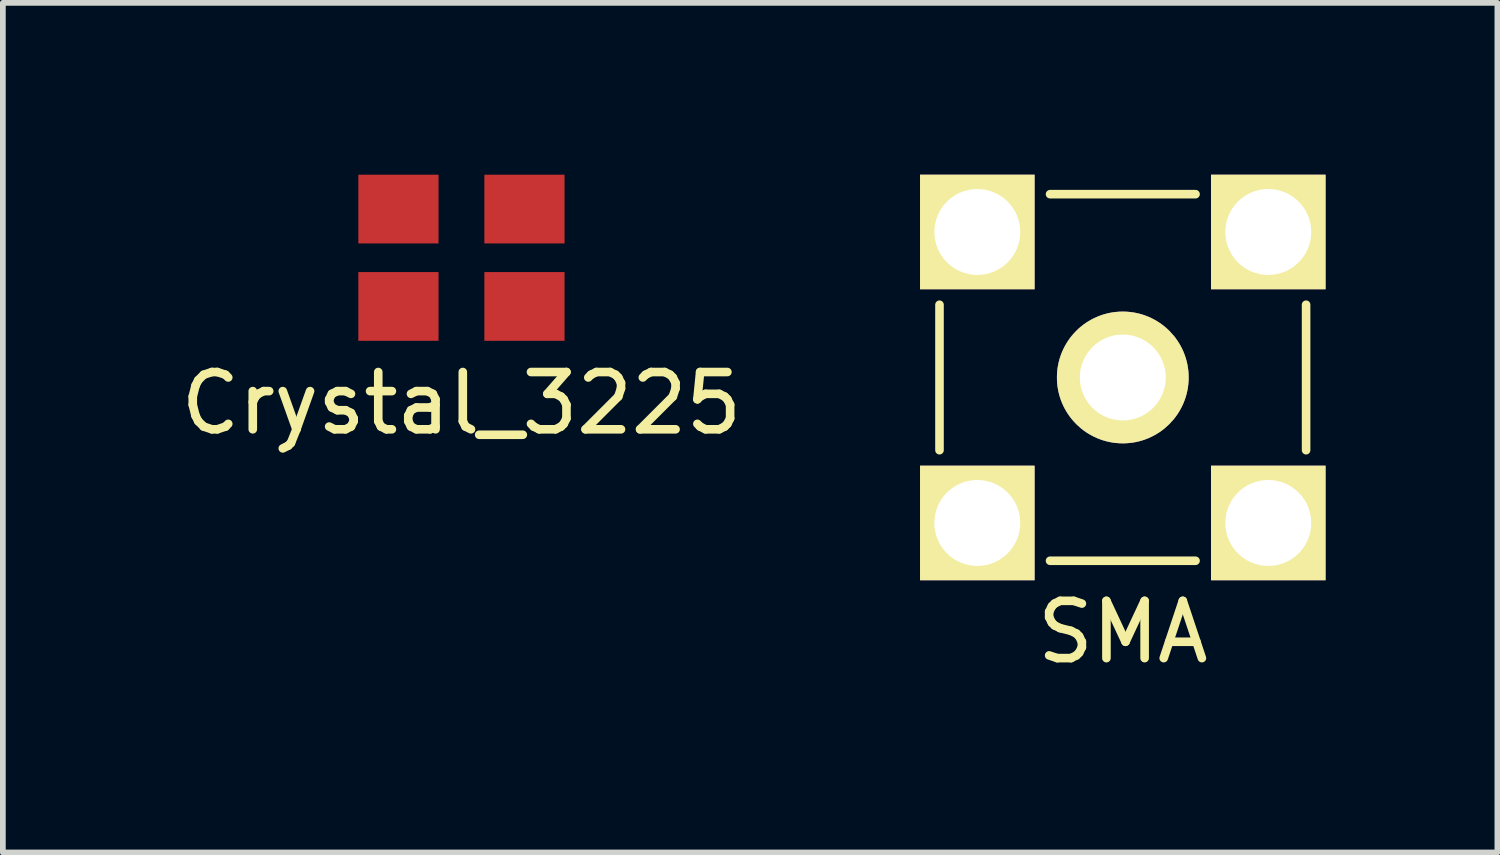
<source format=kicad_pcb>
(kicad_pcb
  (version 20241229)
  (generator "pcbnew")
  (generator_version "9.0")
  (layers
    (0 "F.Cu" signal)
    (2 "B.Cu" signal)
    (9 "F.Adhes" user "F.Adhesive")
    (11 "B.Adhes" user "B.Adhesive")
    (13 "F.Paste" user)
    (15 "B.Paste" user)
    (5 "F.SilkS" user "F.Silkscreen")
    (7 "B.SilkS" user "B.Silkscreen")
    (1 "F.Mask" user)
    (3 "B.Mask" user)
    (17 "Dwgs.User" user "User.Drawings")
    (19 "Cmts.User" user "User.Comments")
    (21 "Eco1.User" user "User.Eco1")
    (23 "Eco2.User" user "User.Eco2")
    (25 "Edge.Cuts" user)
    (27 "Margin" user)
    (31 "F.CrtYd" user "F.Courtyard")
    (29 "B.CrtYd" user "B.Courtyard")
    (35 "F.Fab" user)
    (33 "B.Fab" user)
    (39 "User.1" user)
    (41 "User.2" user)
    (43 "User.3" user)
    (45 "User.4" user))
  (footprint "SMA"
    (layer "F.Cu")
    (at 16.552 3.54)
    (property "Reference" "SMA" (at 0 4.445 0) (layer "F.SilkS") (effects (font (size 1 1) (thickness 0.15))))
    (attr through_hole)
    (fp_line (start -3.2 1.27) (end -3.2 -1.27) (stroke (width 0.15) (type solid)) (layer "F.SilkS"))
    (fp_line (start -1.27 -3.2) (end 1.27 -3.2) (stroke (width 0.15) (type solid)) (layer "F.SilkS"))
    (fp_line (start 1.27 3.2) (end -1.27 3.2) (stroke (width 0.15) (type solid)) (layer "F.SilkS"))
    (fp_line (start 3.2 -1.27) (end 3.2 1.27) (stroke (width 0.15) (type solid)) (layer "F.SilkS"))
    (pad "1" thru_hole circle (at 0 0) (size 2.3 2.3) (drill 1.5) (layers "*.Cu" "*.Mask" "F.SilkS"))
    (pad "2" thru_hole rect (at -2.54 -2.54) (size 2 2) (drill 1.5) (layers "*.Cu" "*.Mask" "F.SilkS"))
    (pad "2" thru_hole rect (at -2.54 2.54) (size 2 2) (drill 1.5) (layers "*.Cu" "*.Mask" "F.SilkS"))
    (pad "2" thru_hole rect (at 2.54 -2.54) (size 2 2) (drill 1.5) (layers "*.Cu" "*.Mask" "F.SilkS"))
    (pad "2" thru_hole rect (at 2.54 2.54) (size 2 2) (drill 1.5) (layers "*.Cu" "*.Mask" "F.SilkS")))
  (footprint "Crystal_3225"
    (layer "F.Cu")
    (at 5.006 1.45)
    (property "Reference" "Crystal_3225" (at 0 2.54 0) (layer "F.SilkS") (effects (font (size 1 1) (thickness 0.15))))
    (attr through_hole)
    (pad "" smd rect (at -1.1 -0.85) (size 1.4 1.2) (layers "F.Cu" "F.Mask" "F.Paste"))
    (pad "" smd rect (at 1.1 0.85) (size 1.4 1.2) (layers "F.Cu" "F.Mask" "F.Paste"))
    (pad "1" smd rect (at -1.1 0.85) (size 1.4 1.2) (layers "F.Cu" "F.Mask" "F.Paste"))
    (pad "2" smd rect (at 1.1 -0.85) (size 1.4 1.2) (layers "F.Cu" "F.Mask" "F.Paste")))
  (gr_rect
    (start -3 -3)
    (end 23.092 11.833)
    (stroke (width 0.1) (type default))
    (fill no)
    (layer "Edge.Cuts")))
</source>
